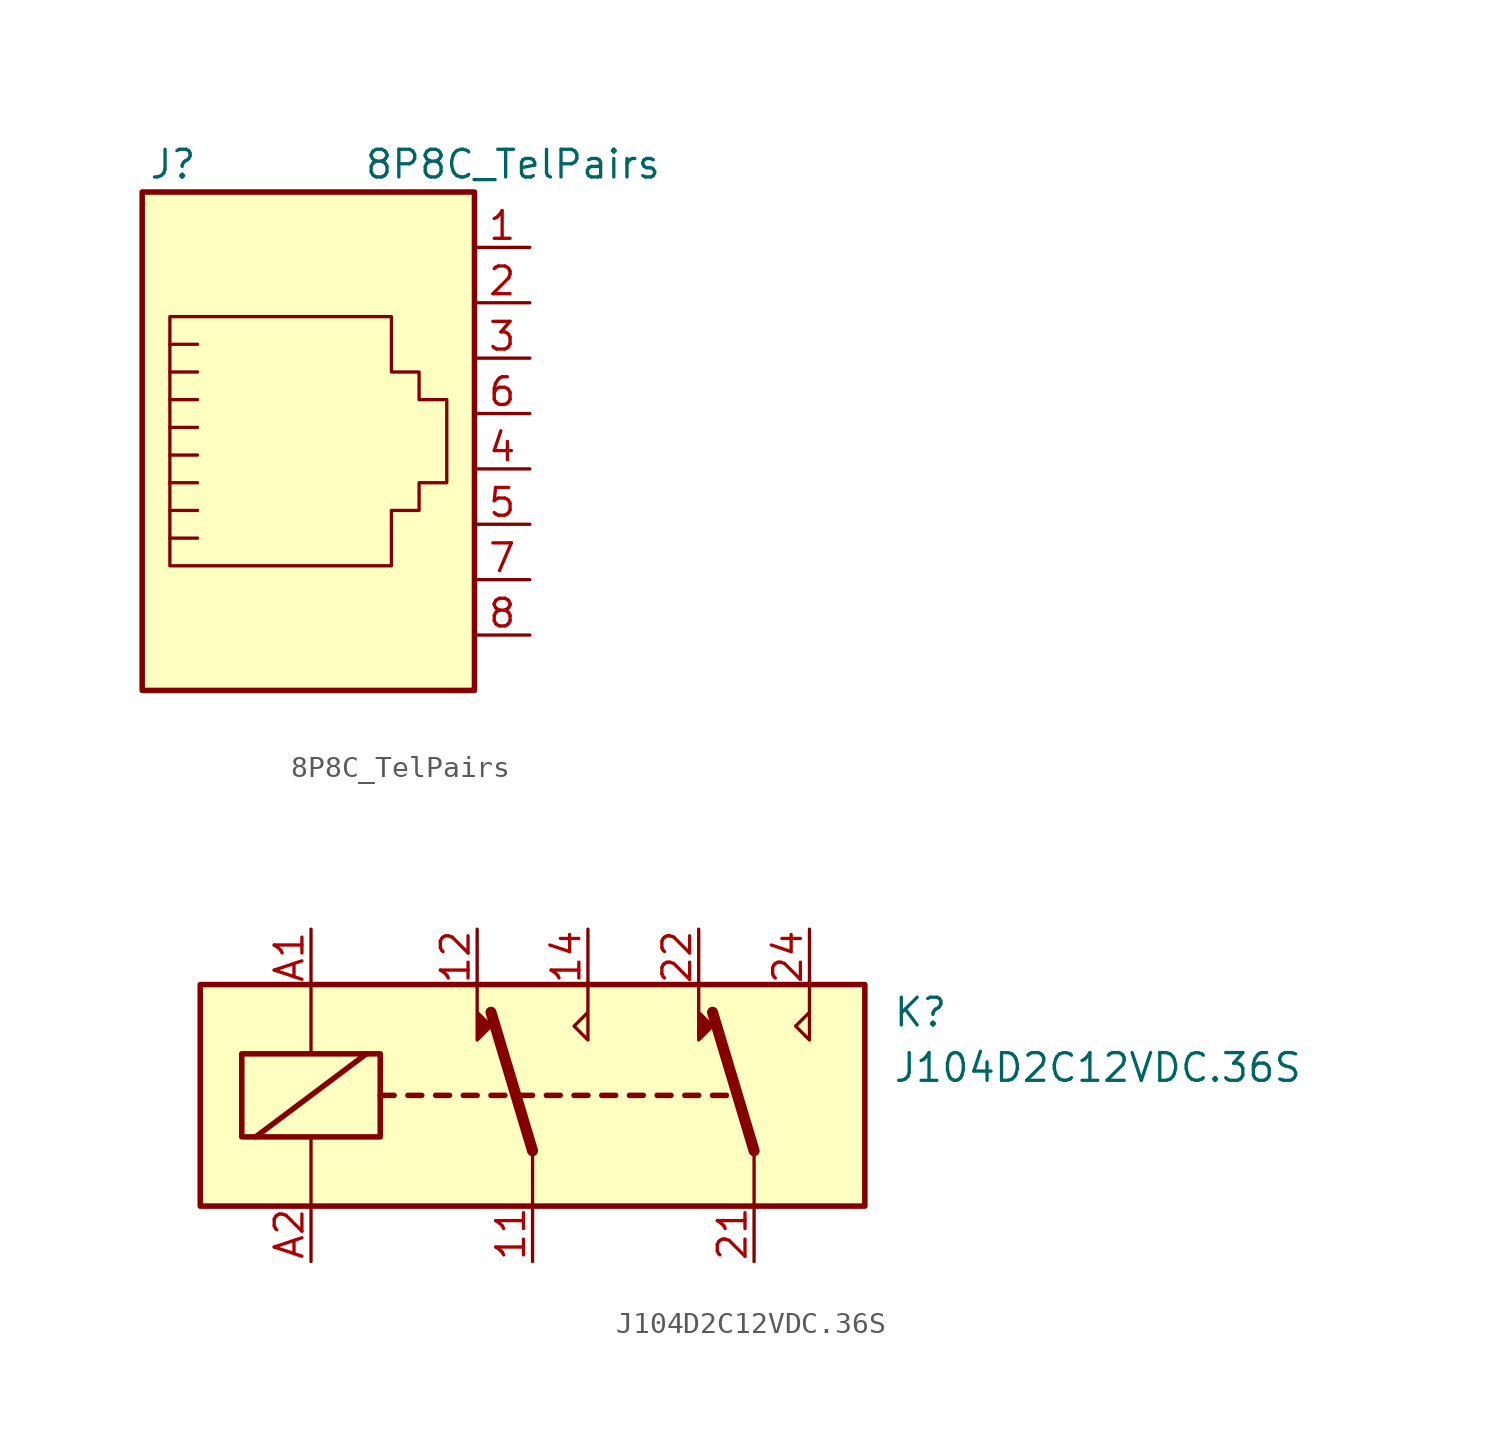
<source format=kicad_sym>
(kicad_symbol_lib
  (version 20231120)
  (generator "kicad_symbol_editor")
  (generator_version "8.0")
  (symbol "8P8C_TelPairs"
    (pin_names
      (offset 1.016))
    (property "Reference" "J"
      (at -5.08 13.97 0)
      (effects (font (size 1.27 1.27)) (justify right)))
    (property "Value" "8P8C_TelPairs"
      (at 2.54 13.97 0)
      (effects (font (size 1.27 1.27)) (justify left)))
    (symbol "8P8C_TelPairs_0_1"
      (polyline (pts (xy -5.08 4.445) (xy -6.35 4.445)) (stroke (width 0) (type default)) (fill (type none)))
      (polyline (pts (xy -5.08 5.715) (xy -6.35 5.715)) (stroke (width 0) (type default)) (fill (type none)))
      (polyline (pts (xy -6.35 -3.175) (xy -5.08 -3.175) (xy -5.08 -3.175)) (stroke (width 0) (type default)) (fill (type none)))
      (polyline (pts (xy -6.35 -1.905) (xy -5.08 -1.905) (xy -5.08 -1.905)) (stroke (width 0) (type default)) (fill (type none)))
      (polyline (pts (xy -6.35 -0.635) (xy -5.08 -0.635) (xy -5.08 -0.635)) (stroke (width 0) (type default)) (fill (type none)))
      (polyline (pts (xy -6.35 0.635) (xy -5.08 0.635) (xy -5.08 0.635)) (stroke (width 0) (type default)) (fill (type none)))
      (polyline (pts (xy -6.35 1.905) (xy -5.08 1.905) (xy -5.08 1.905)) (stroke (width 0) (type default)) (fill (type none)))
      (polyline (pts (xy -5.08 3.175) (xy -6.35 3.175) (xy -6.35 3.175)) (stroke (width 0) (type default)) (fill (type none)))
      (polyline (pts (xy -6.35 -4.445) (xy -6.35 6.985) (xy 3.81 6.985) (xy 3.81 4.445) (xy 5.08 4.445) (xy 5.08 3.175) (xy 6.35 3.175) (xy 6.35 -0.635) (xy 5.08 -0.635) (xy 5.08 -1.905) (xy 3.81 -1.905) (xy 3.81 -4.445) (xy -6.35 -4.445) (xy -6.35 -4.445)) (stroke (width 0) (type default)) (fill (type none)))
      (rectangle (start 7.62 12.7) (end -7.62 -10.16) (stroke (width 0.254) (type default)) (fill (type background))))
    (symbol "8P8C_TelPairs_1_1"
      (pin passive line (at 10.16 10.16 180) (length 2.54) (name "~" (effects (font (size 1.27 1.27)))) (number "1" (effects (font (size 1.27 1.27)))))
      (pin passive line (at 10.16 7.62 180) (length 2.54) (name "~" (effects (font (size 1.27 1.27)))) (number "2" (effects (font (size 1.27 1.27)))))
      (pin passive line (at 10.16 5.08 180) (length 2.54) (name "~" (effects (font (size 1.27 1.27)))) (number "3" (effects (font (size 1.27 1.27)))))
      (pin passive line (at 10.16 0 180) (length 2.54) (name "~" (effects (font (size 1.27 1.27)))) (number "4" (effects (font (size 1.27 1.27)))))
      (pin passive line (at 10.16 -2.54 180) (length 2.54) (name "~" (effects (font (size 1.27 1.27)))) (number "5" (effects (font (size 1.27 1.27)))))
      (pin passive line (at 10.16 2.54 180) (length 2.54) (name "~" (effects (font (size 1.27 1.27)))) (number "6" (effects (font (size 1.27 1.27)))))
      (pin passive line (at 10.16 -5.08 180) (length 2.54) (name "~" (effects (font (size 1.27 1.27)))) (number "7" (effects (font (size 1.27 1.27)))))
      (pin passive line (at 10.16 -7.62 180) (length 2.54) (name "~" (effects (font (size 1.27 1.27)))) (number "8" (effects (font (size 1.27 1.27)))))))
  (symbol "J104D2C12VDC.36S"
    (property "Reference" "K"
      (at 16.51 3.81 0)
      (effects (font (size 1.27 1.27)) (justify left)))
    (property "Value" "J104D2C12VDC.36S"
      (at 16.51 1.27 0)
      (effects (font (size 1.27 1.27)) (justify left)))
    (symbol "J104D2C12VDC.36S_0_1"
      (rectangle (start -15.24 5.08) (end 15.24 -5.08) (stroke (width 0.254) (type default)) (fill (type background)))
      (rectangle (start -13.335 1.905) (end -6.985 -1.905) (stroke (width 0.254) (type default)) (fill (type none)))
      (polyline (pts (xy -12.7 -1.905) (xy -7.62 1.905)) (stroke (width 0.254) (type default)) (fill (type none)))
      (polyline (pts (xy -10.16 -5.08) (xy -10.16 -1.905)) (stroke (width 0) (type default)) (fill (type none)))
      (polyline (pts (xy -10.16 5.08) (xy -10.16 1.905)) (stroke (width 0) (type default)) (fill (type none)))
      (polyline (pts (xy -6.985 0) (xy -6.35 0)) (stroke (width 0.254) (type default)) (fill (type none)))
      (polyline (pts (xy -5.715 0) (xy -5.08 0)) (stroke (width 0.254) (type default)) (fill (type none)))
      (polyline (pts (xy -4.445 0) (xy -3.81 0)) (stroke (width 0.254) (type default)) (fill (type none)))
      (polyline (pts (xy -3.175 0) (xy -2.54 0)) (stroke (width 0.254) (type default)) (fill (type none)))
      (polyline (pts (xy -1.905 0) (xy -1.27 0)) (stroke (width 0.254) (type default)) (fill (type none)))
      (polyline (pts (xy -0.635 0) (xy 0 0)) (stroke (width 0.254) (type default)) (fill (type none)))
      (polyline (pts (xy 0 -2.54) (xy -1.905 3.81)) (stroke (width 0.508) (type default)) (fill (type none)))
      (polyline (pts (xy 0 -2.54) (xy 0 -5.08)) (stroke (width 0) (type default)) (fill (type none)))
      (polyline (pts (xy 0.635 0) (xy 1.27 0)) (stroke (width 0.254) (type default)) (fill (type none)))
      (polyline (pts (xy 1.905 0) (xy 2.54 0)) (stroke (width 0.254) (type default)) (fill (type none)))
      (polyline (pts (xy 3.175 0) (xy 3.81 0)) (stroke (width 0.254) (type default)) (fill (type none)))
      (polyline (pts (xy 4.445 0) (xy 5.08 0)) (stroke (width 0.254) (type default)) (fill (type none)))
      (polyline (pts (xy 5.715 0) (xy 6.35 0)) (stroke (width 0.254) (type default)) (fill (type none)))
      (polyline (pts (xy 6.985 0) (xy 7.62 0)) (stroke (width 0.254) (type default)) (fill (type none)))
      (polyline (pts (xy 8.255 0) (xy 8.89 0)) (stroke (width 0.254) (type default)) (fill (type none)))
      (polyline (pts (xy 10.16 -2.54) (xy 8.255 3.81)) (stroke (width 0.508) (type default)) (fill (type none)))
      (polyline (pts (xy 10.16 -2.54) (xy 10.16 -5.08)) (stroke (width 0) (type default)) (fill (type none)))
      (polyline (pts (xy -2.54 5.08) (xy -2.54 2.54) (xy -1.905 3.175) (xy -2.54 3.81)) (stroke (width 0) (type default)) (fill (type outline)))
      (polyline (pts (xy 2.54 5.08) (xy 2.54 2.54) (xy 1.905 3.175) (xy 2.54 3.81)) (stroke (width 0) (type default)) (fill (type none)))
      (polyline (pts (xy 7.62 5.08) (xy 7.62 2.54) (xy 8.255 3.175) (xy 7.62 3.81)) (stroke (width 0) (type default)) (fill (type outline)))
      (polyline (pts (xy 12.7 5.08) (xy 12.7 2.54) (xy 12.065 3.175) (xy 12.7 3.81)) (stroke (width 0) (type default)) (fill (type none))))
    (symbol "J104D2C12VDC.36S_1_1"
      (pin passive line (at 0 -7.62 90) (length 2.54) (name "~" (effects (font (size 1.27 1.27)))) (number "11" (effects (font (size 1.27 1.27)))))
      (pin passive line (at -2.54 7.62 270) (length 2.54) (name "~" (effects (font (size 1.27 1.27)))) (number "12" (effects (font (size 1.27 1.27)))))
      (pin passive line (at 2.54 7.62 270) (length 2.54) (name "~" (effects (font (size 1.27 1.27)))) (number "14" (effects (font (size 1.27 1.27)))))
      (pin passive line (at 10.16 -7.62 90) (length 2.54) (name "~" (effects (font (size 1.27 1.27)))) (number "21" (effects (font (size 1.27 1.27)))))
      (pin passive line (at 7.62 7.62 270) (length 2.54) (name "~" (effects (font (size 1.27 1.27)))) (number "22" (effects (font (size 1.27 1.27)))))
      (pin passive line (at 12.7 7.62 270) (length 2.54) (name "~" (effects (font (size 1.27 1.27)))) (number "24" (effects (font (size 1.27 1.27)))))
      (pin passive line (at -10.16 7.62 270) (length 2.54) (name "~" (effects (font (size 1.27 1.27)))) (number "A1" (effects (font (size 1.27 1.27)))))
      (pin passive line (at -10.16 -7.62 90) (length 2.54) (name "~" (effects (font (size 1.27 1.27)))) (number "A2" (effects (font (size 1.27 1.27))))))))
</source>
